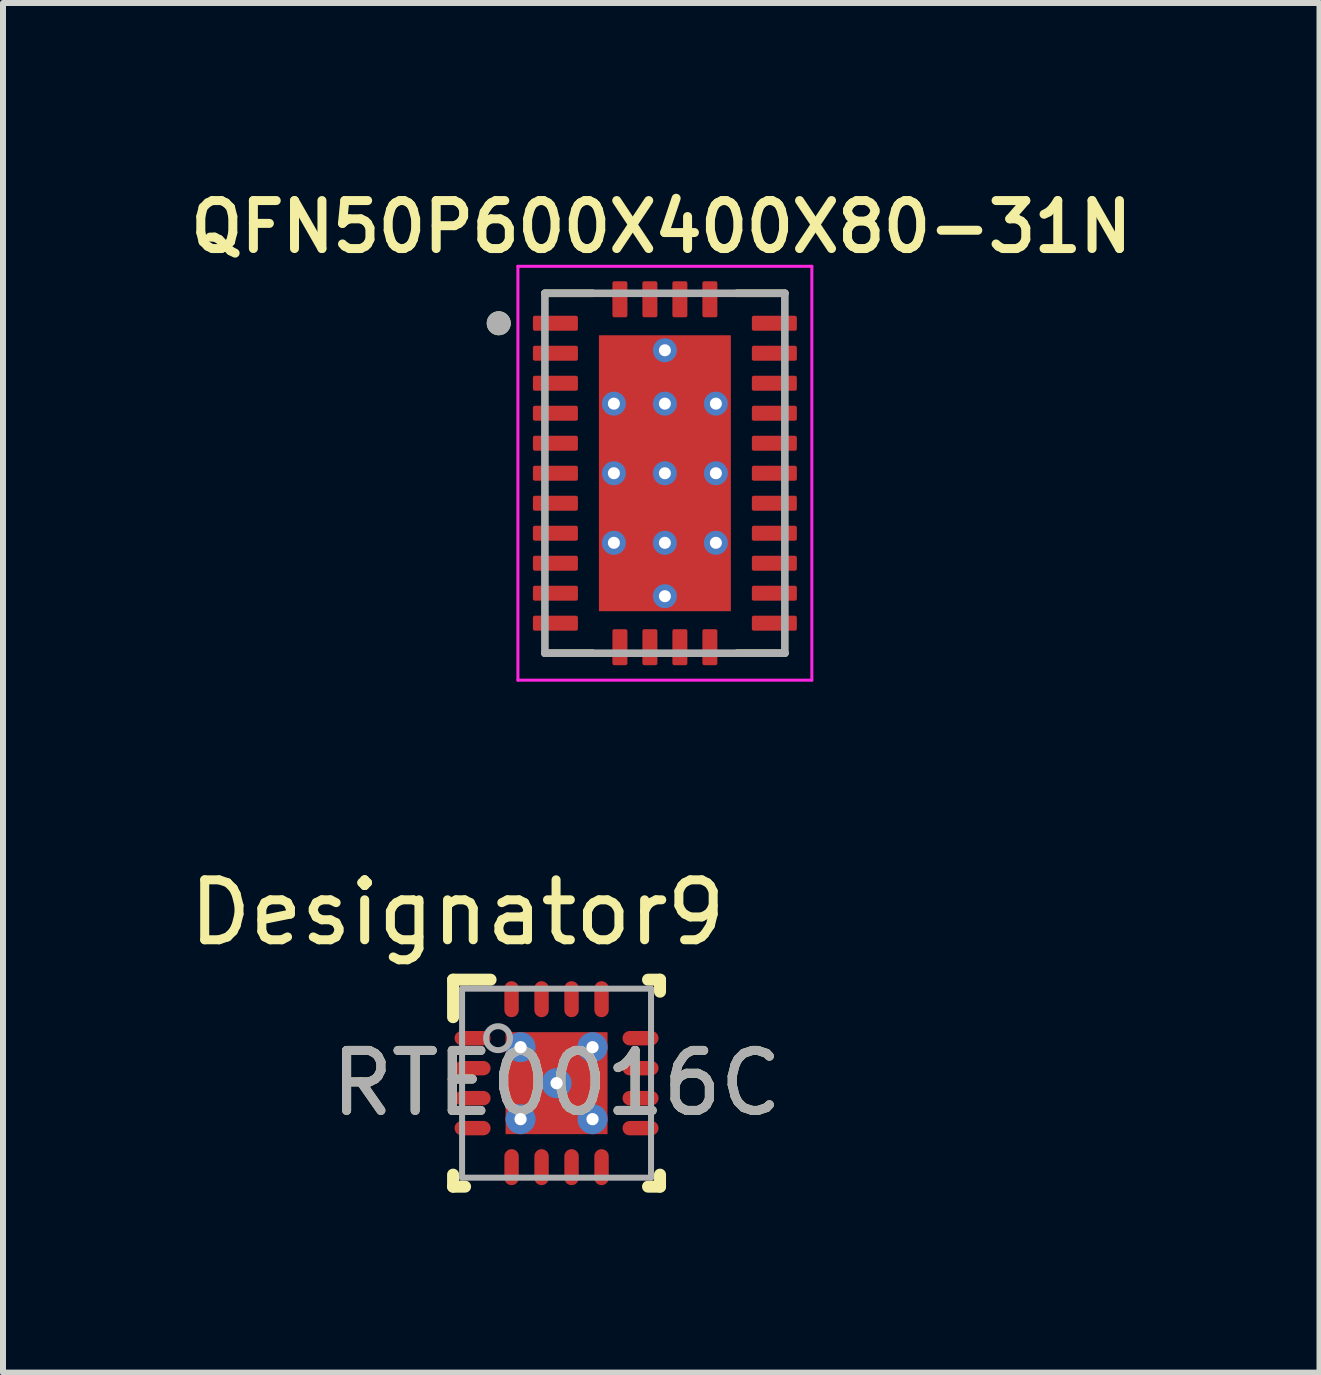
<source format=kicad_pcb>
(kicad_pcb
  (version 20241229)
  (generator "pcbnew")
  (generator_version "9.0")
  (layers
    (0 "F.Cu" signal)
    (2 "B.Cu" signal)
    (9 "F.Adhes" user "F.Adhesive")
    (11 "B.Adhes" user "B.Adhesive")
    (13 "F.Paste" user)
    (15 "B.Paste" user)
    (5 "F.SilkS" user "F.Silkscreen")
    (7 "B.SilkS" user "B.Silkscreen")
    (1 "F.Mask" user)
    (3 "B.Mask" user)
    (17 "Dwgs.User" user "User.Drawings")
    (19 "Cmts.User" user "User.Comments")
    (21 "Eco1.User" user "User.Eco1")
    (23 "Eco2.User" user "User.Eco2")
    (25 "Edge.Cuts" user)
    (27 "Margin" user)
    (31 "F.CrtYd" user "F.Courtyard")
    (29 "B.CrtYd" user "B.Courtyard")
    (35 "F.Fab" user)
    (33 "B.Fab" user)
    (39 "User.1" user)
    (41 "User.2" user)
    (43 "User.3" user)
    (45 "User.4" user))
  (footprint "RTE0016C"
    (layer "F.Cu")
    (at 6.228 15.007)
    (property "Reference" "RTE0016C" (at 0 0 0) (unlocked yes) (layer "F.SilkS") (effects (font (size 1 1) (thickness 0.15))))
    (attr smd)
    (fp_line (start -1.725 -1.725) (end -1.1 -1.725) (stroke (width 0.2) (type solid)) (layer "F.SilkS"))
    (fp_line (start -1.725 -1.1) (end -1.725 -1.725) (stroke (width 0.2) (type solid)) (layer "F.SilkS"))
    (fp_line (start -1.725 1.725) (end -1.725 1.525) (stroke (width 0.2) (type solid)) (layer "F.SilkS"))
    (fp_line (start -1.725 1.725) (end -1.525 1.725) (stroke (width 0.2) (type solid)) (layer "F.SilkS"))
    (fp_line (start 1.525 -1.725) (end 1.725 -1.725) (stroke (width 0.2) (type solid)) (layer "F.SilkS"))
    (fp_line (start 1.525 1.725) (end 1.725 1.725) (stroke (width 0.2) (type solid)) (layer "F.SilkS"))
    (fp_line (start 1.725 -1.525) (end 1.725 -1.725) (stroke (width 0.2) (type solid)) (layer "F.SilkS"))
    (fp_line (start 1.725 1.725) (end 1.725 1.525) (stroke (width 0.2) (type solid)) (layer "F.SilkS"))
    (fp_poly (pts (xy -0.775 0.775) (xy 0.775 0.775) (xy 0.775 -0.775) (xy -0.775 -0.775)) (stroke (width 0) (type solid)) (fill yes) (layer "F.Paste"))
    (fp_line (start -1.575 -1.575) (end 1.575 -1.575) (stroke (width 0.1) (type solid)) (layer "F.Fab"))
    (fp_line (start -1.575 1.575) (end -1.575 -1.575) (stroke (width 0.1) (type solid)) (layer "F.Fab"))
    (fp_line (start -1.575 1.575) (end 1.575 1.575) (stroke (width 0.1) (type solid)) (layer "F.Fab"))
    (fp_line (start 1.575 1.575) (end 1.575 -1.575) (stroke (width 0.1) (type solid)) (layer "F.Fab"))
    (fp_circle (center -0.975 -0.75) (end -0.775 -0.75) (stroke (width 0.1) (type solid)) (fill no) (layer "F.Fab"))
    (fp_text user "Designator9" (at -1.651 -2.845 0) (unlocked yes) (layer "F.SilkS") (effects (font (size 1 1) (thickness 0.15))))
    (fp_text user "${REFERENCE}" (at 0 0 0) (unlocked yes) (layer "F.Fab") (effects (font (size 1 1) (thickness 0.15))))
    (pad "1" smd oval (at -1.4 -0.75 90) (size 0.24 0.6) (layers "F.Cu" "F.Mask" "F.Paste"))
    (pad "2" smd oval (at -1.4 -0.25 90) (size 0.24 0.6) (layers "F.Cu" "F.Mask" "F.Paste"))
    (pad "3" smd oval (at -1.4 0.25 90) (size 0.24 0.6) (layers "F.Cu" "F.Mask" "F.Paste"))
    (pad "4" smd oval (at -1.4 0.75 90) (size 0.24 0.6) (layers "F.Cu" "F.Mask" "F.Paste"))
    (pad "5" smd oval (at -0.75 1.4) (size 0.24 0.6) (layers "F.Cu" "F.Mask" "F.Paste"))
    (pad "6" smd oval (at -0.25 1.4) (size 0.24 0.6) (layers "F.Cu" "F.Mask" "F.Paste"))
    (pad "7" smd oval (at 0.25 1.4) (size 0.24 0.6) (layers "F.Cu" "F.Mask" "F.Paste"))
    (pad "8" smd oval (at 0.75 1.4) (size 0.24 0.6) (layers "F.Cu" "F.Mask" "F.Paste"))
    (pad "9" smd oval (at 1.4 0.75 90) (size 0.24 0.6) (layers "F.Cu" "F.Mask" "F.Paste"))
    (pad "10" smd oval (at 1.4 0.25 90) (size 0.24 0.6) (layers "F.Cu" "F.Mask" "F.Paste"))
    (pad "11" smd oval (at 1.4 -0.25 90) (size 0.24 0.6) (layers "F.Cu" "F.Mask" "F.Paste"))
    (pad "12" smd oval (at 1.4 -0.75 90) (size 0.24 0.6) (layers "F.Cu" "F.Mask" "F.Paste"))
    (pad "13" smd oval (at 0.75 -1.4) (size 0.24 0.6) (layers "F.Cu" "F.Mask" "F.Paste"))
    (pad "14" smd oval (at 0.25 -1.4) (size 0.24 0.6) (layers "F.Cu" "F.Mask" "F.Paste"))
    (pad "15" smd oval (at -0.25 -1.4) (size 0.24 0.6) (layers "F.Cu" "F.Mask" "F.Paste"))
    (pad "16" smd oval (at -0.75 -1.4) (size 0.24 0.6) (layers "F.Cu" "F.Mask" "F.Paste"))
    (pad "17" smd rect (at 0.000003 0) (size 1.7 1.7) (layers "F.Cu" "F.Mask"))
    (pad "V" thru_hole circle (at -0.6 -0.6) (size 0.5 0.5) (drill 0.203) (layers "*.Cu" "*.Mask"))
    (pad "V" thru_hole circle (at -0.6 0.6) (size 0.5 0.5) (drill 0.203) (layers "*.Cu" "*.Mask"))
    (pad "V" thru_hole circle (at 0 0) (size 0.5 0.5) (drill 0.203) (layers "*.Cu" "*.Mask"))
    (pad "V" thru_hole circle (at 0.6 -0.6) (size 0.5 0.5) (drill 0.203) (layers "*.Cu" "*.Mask"))
    (pad "V" thru_hole circle (at 0.6 0.6) (size 0.5 0.5) (drill 0.203) (layers "*.Cu" "*.Mask")))
  (footprint "QFN50P600X400X80-31N"
    (layer "F.Cu")
    (at 8.034 4.839)
    (property "Reference" "QFN50P600X400X80-31N" (at -0.06 -4.108 0) (layer "F.SilkS") (effects (font (size 0.8 0.8) (thickness 0.15))))
    (attr smd)
    (fp_line (start -2 -3) (end -1.205 -3) (stroke (width 0.127) (type solid)) (layer "F.SilkS"))
    (fp_line (start -2 3) (end -1.205 3) (stroke (width 0.127) (type solid)) (layer "F.SilkS"))
    (fp_line (start 2 -3) (end 1.205 -3) (stroke (width 0.127) (type solid)) (layer "F.SilkS"))
    (fp_line (start 2 3) (end 1.205 3) (stroke (width 0.127) (type solid)) (layer "F.SilkS"))
    (fp_circle (center -2.77 -2.5) (end -2.67 -2.5) (stroke (width 0.2) (type solid)) (fill no) (layer "F.SilkS"))
    (fp_poly (pts (xy -1.08 -2.22) (xy -0.1 -2.22) (xy -0.1 -1.26) (xy -1.08 -1.26)) (stroke (width 0.01) (type solid)) (fill yes) (layer "F.Paste"))
    (fp_poly (pts (xy -1.08 -1.06) (xy -0.1 -1.06) (xy -0.1 -0.1) (xy -1.08 -0.1)) (stroke (width 0.01) (type solid)) (fill yes) (layer "F.Paste"))
    (fp_poly (pts (xy -1.08 0.1) (xy -0.1 0.1) (xy -0.1 1.06) (xy -1.08 1.06)) (stroke (width 0.01) (type solid)) (fill yes) (layer "F.Paste"))
    (fp_poly (pts (xy -1.08 1.26) (xy -0.1 1.26) (xy -0.1 2.22) (xy -1.08 2.22)) (stroke (width 0.01) (type solid)) (fill yes) (layer "F.Paste"))
    (fp_poly (pts (xy 0.1 -2.22) (xy 1.08 -2.22) (xy 1.08 -1.26) (xy 0.1 -1.26)) (stroke (width 0.01) (type solid)) (fill yes) (layer "F.Paste"))
    (fp_poly (pts (xy 0.1 -1.06) (xy 1.08 -1.06) (xy 1.08 -0.1) (xy 0.1 -0.1)) (stroke (width 0.01) (type solid)) (fill yes) (layer "F.Paste"))
    (fp_poly (pts (xy 0.1 0.1) (xy 1.08 0.1) (xy 1.08 1.06) (xy 0.1 1.06)) (stroke (width 0.01) (type solid)) (fill yes) (layer "F.Paste"))
    (fp_poly (pts (xy 0.1 1.26) (xy 1.08 1.26) (xy 1.08 2.22) (xy 0.1 2.22)) (stroke (width 0.01) (type solid)) (fill yes) (layer "F.Paste"))
    (fp_line (start -2.45 -3.45) (end 2.45 -3.45) (stroke (width 0.05) (type solid)) (layer "F.CrtYd"))
    (fp_line (start -2.45 3.45) (end -2.45 -3.45) (stroke (width 0.05) (type solid)) (layer "F.CrtYd"))
    (fp_line (start -2.45 3.45) (end 2.45 3.45) (stroke (width 0.05) (type solid)) (layer "F.CrtYd"))
    (fp_line (start 2.45 3.45) (end 2.45 -3.45) (stroke (width 0.05) (type solid)) (layer "F.CrtYd"))
    (fp_line (start -2 3) (end -2 -3) (stroke (width 0.127) (type solid)) (layer "F.Fab"))
    (fp_line (start 2 -3) (end -2 -3) (stroke (width 0.127) (type solid)) (layer "F.Fab"))
    (fp_line (start 2 3) (end -2 3) (stroke (width 0.127) (type solid)) (layer "F.Fab"))
    (fp_line (start 2 3) (end 2 -3) (stroke (width 0.127) (type solid)) (layer "F.Fab"))
    (fp_circle (center -2.77 -2.5) (end -2.67 -2.5) (stroke (width 0.2) (type solid)) (fill no) (layer "F.Fab"))
    (pad "1" smd roundrect (at -1.825 -2.5) (size 0.75 0.25) (layers "F.Cu" "F.Mask" "F.Paste") (roundrect_rratio 0.125))
    (pad "2" smd roundrect (at -1.825 -2) (size 0.75 0.25) (layers "F.Cu" "F.Mask" "F.Paste") (roundrect_rratio 0.125))
    (pad "3" smd roundrect (at -1.825 -1.5) (size 0.75 0.25) (layers "F.Cu" "F.Mask" "F.Paste") (roundrect_rratio 0.125))
    (pad "4" smd roundrect (at -1.825 -1) (size 0.75 0.25) (layers "F.Cu" "F.Mask" "F.Paste") (roundrect_rratio 0.125))
    (pad "5" smd roundrect (at -1.825 -0.5) (size 0.75 0.25) (layers "F.Cu" "F.Mask" "F.Paste") (roundrect_rratio 0.125))
    (pad "6" smd roundrect (at -1.825 0) (size 0.75 0.25) (layers "F.Cu" "F.Mask" "F.Paste") (roundrect_rratio 0.125))
    (pad "7" smd roundrect (at -1.825 0.5) (size 0.75 0.25) (layers "F.Cu" "F.Mask" "F.Paste") (roundrect_rratio 0.125))
    (pad "8" smd roundrect (at -1.825 1) (size 0.75 0.25) (layers "F.Cu" "F.Mask" "F.Paste") (roundrect_rratio 0.125))
    (pad "9" smd roundrect (at -1.825 1.5) (size 0.75 0.25) (layers "F.Cu" "F.Mask" "F.Paste") (roundrect_rratio 0.125))
    (pad "10" smd roundrect (at -1.825 2) (size 0.75 0.25) (layers "F.Cu" "F.Mask" "F.Paste") (roundrect_rratio 0.125))
    (pad "11" smd roundrect (at -1.825 2.5) (size 0.75 0.25) (layers "F.Cu" "F.Mask" "F.Paste") (roundrect_rratio 0.125))
    (pad "12" smd roundrect (at -0.75 2.9) (size 0.25 0.6) (layers "F.Cu" "F.Mask" "F.Paste") (roundrect_rratio 0.125))
    (pad "13" smd roundrect (at -0.25 2.9) (size 0.25 0.6) (layers "F.Cu" "F.Mask" "F.Paste") (roundrect_rratio 0.125))
    (pad "14" smd roundrect (at 0.25 2.9) (size 0.25 0.6) (layers "F.Cu" "F.Mask" "F.Paste") (roundrect_rratio 0.125))
    (pad "15" smd roundrect (at 0.75 2.9) (size 0.25 0.6) (layers "F.Cu" "F.Mask" "F.Paste") (roundrect_rratio 0.125))
    (pad "16" smd roundrect (at 1.825 2.5) (size 0.75 0.25) (layers "F.Cu" "F.Mask" "F.Paste") (roundrect_rratio 0.125))
    (pad "17" smd roundrect (at 1.825 2) (size 0.75 0.25) (layers "F.Cu" "F.Mask" "F.Paste") (roundrect_rratio 0.125))
    (pad "18" smd roundrect (at 1.825 1.5) (size 0.75 0.25) (layers "F.Cu" "F.Mask" "F.Paste") (roundrect_rratio 0.125))
    (pad "19" smd roundrect (at 1.825 1) (size 0.75 0.25) (layers "F.Cu" "F.Mask" "F.Paste") (roundrect_rratio 0.125))
    (pad "20" smd roundrect (at 1.825 0.5) (size 0.75 0.25) (layers "F.Cu" "F.Mask" "F.Paste") (roundrect_rratio 0.125))
    (pad "21" smd roundrect (at 1.825 0) (size 0.75 0.25) (layers "F.Cu" "F.Mask" "F.Paste") (roundrect_rratio 0.125))
    (pad "22" smd roundrect (at 1.825 -0.5) (size 0.75 0.25) (layers "F.Cu" "F.Mask" "F.Paste") (roundrect_rratio 0.125))
    (pad "23" smd roundrect (at 1.825 -1) (size 0.75 0.25) (layers "F.Cu" "F.Mask" "F.Paste") (roundrect_rratio 0.125))
    (pad "24" smd roundrect (at 1.825 -1.5) (size 0.75 0.25) (layers "F.Cu" "F.Mask" "F.Paste") (roundrect_rratio 0.125))
    (pad "25" smd roundrect (at 1.825 -2) (size 0.75 0.25) (layers "F.Cu" "F.Mask" "F.Paste") (roundrect_rratio 0.125))
    (pad "26" smd roundrect (at 1.825 -2.5) (size 0.75 0.25) (layers "F.Cu" "F.Mask" "F.Paste") (roundrect_rratio 0.125))
    (pad "27" smd roundrect (at 0.75 -2.9) (size 0.25 0.6) (layers "F.Cu" "F.Mask" "F.Paste") (roundrect_rratio 0.125))
    (pad "28" smd roundrect (at 0.25 -2.9) (size 0.25 0.6) (layers "F.Cu" "F.Mask" "F.Paste") (roundrect_rratio 0.125))
    (pad "29" smd roundrect (at -0.25 -2.9) (size 0.25 0.6) (layers "F.Cu" "F.Mask" "F.Paste") (roundrect_rratio 0.125))
    (pad "30" smd roundrect (at -0.75 -2.9) (size 0.25 0.6) (layers "F.Cu" "F.Mask" "F.Paste") (roundrect_rratio 0.125))
    (pad "31" smd rect (at 0 0) (size 2.2 4.6) (layers "F.Cu" "F.Mask"))
    (pad "32" thru_hole circle (at 0 -2.05) (size 0.4 0.4) (drill 0.2) (layers "*.Cu" "*.Mask"))
    (pad "33" thru_hole circle (at -0.85 -1.16) (size 0.4 0.4) (drill 0.2) (layers "*.Cu" "*.Mask"))
    (pad "34" thru_hole circle (at 0 -1.16) (size 0.4 0.4) (drill 0.2) (layers "*.Cu" "*.Mask"))
    (pad "35" thru_hole circle (at 0.85 -1.16) (size 0.4 0.4) (drill 0.2) (layers "*.Cu" "*.Mask"))
    (pad "36" thru_hole circle (at -0.85 0) (size 0.4 0.4) (drill 0.2) (layers "*.Cu" "*.Mask"))
    (pad "37" thru_hole circle (at 0 0) (size 0.4 0.4) (drill 0.2) (layers "*.Cu" "*.Mask"))
    (pad "38" thru_hole circle (at 0.85 0) (size 0.4 0.4) (drill 0.2) (layers "*.Cu" "*.Mask"))
    (pad "39" thru_hole circle (at -0.85 1.16) (size 0.4 0.4) (drill 0.2) (layers "*.Cu" "*.Mask"))
    (pad "40" thru_hole circle (at 0 1.16) (size 0.4 0.4) (drill 0.2) (layers "*.Cu" "*.Mask"))
    (pad "41" thru_hole circle (at 0.85 1.16) (size 0.4 0.4) (drill 0.2) (layers "*.Cu" "*.Mask"))
    (pad "42" thru_hole circle (at 0 2.05) (size 0.4 0.4) (drill 0.2) (layers "*.Cu" "*.Mask")))
  (gr_rect
    (start -3 -3)
    (end 18.947 19.832)
    (stroke (width 0.1) (type default))
    (fill no)
    (layer "Edge.Cuts")))
</source>
